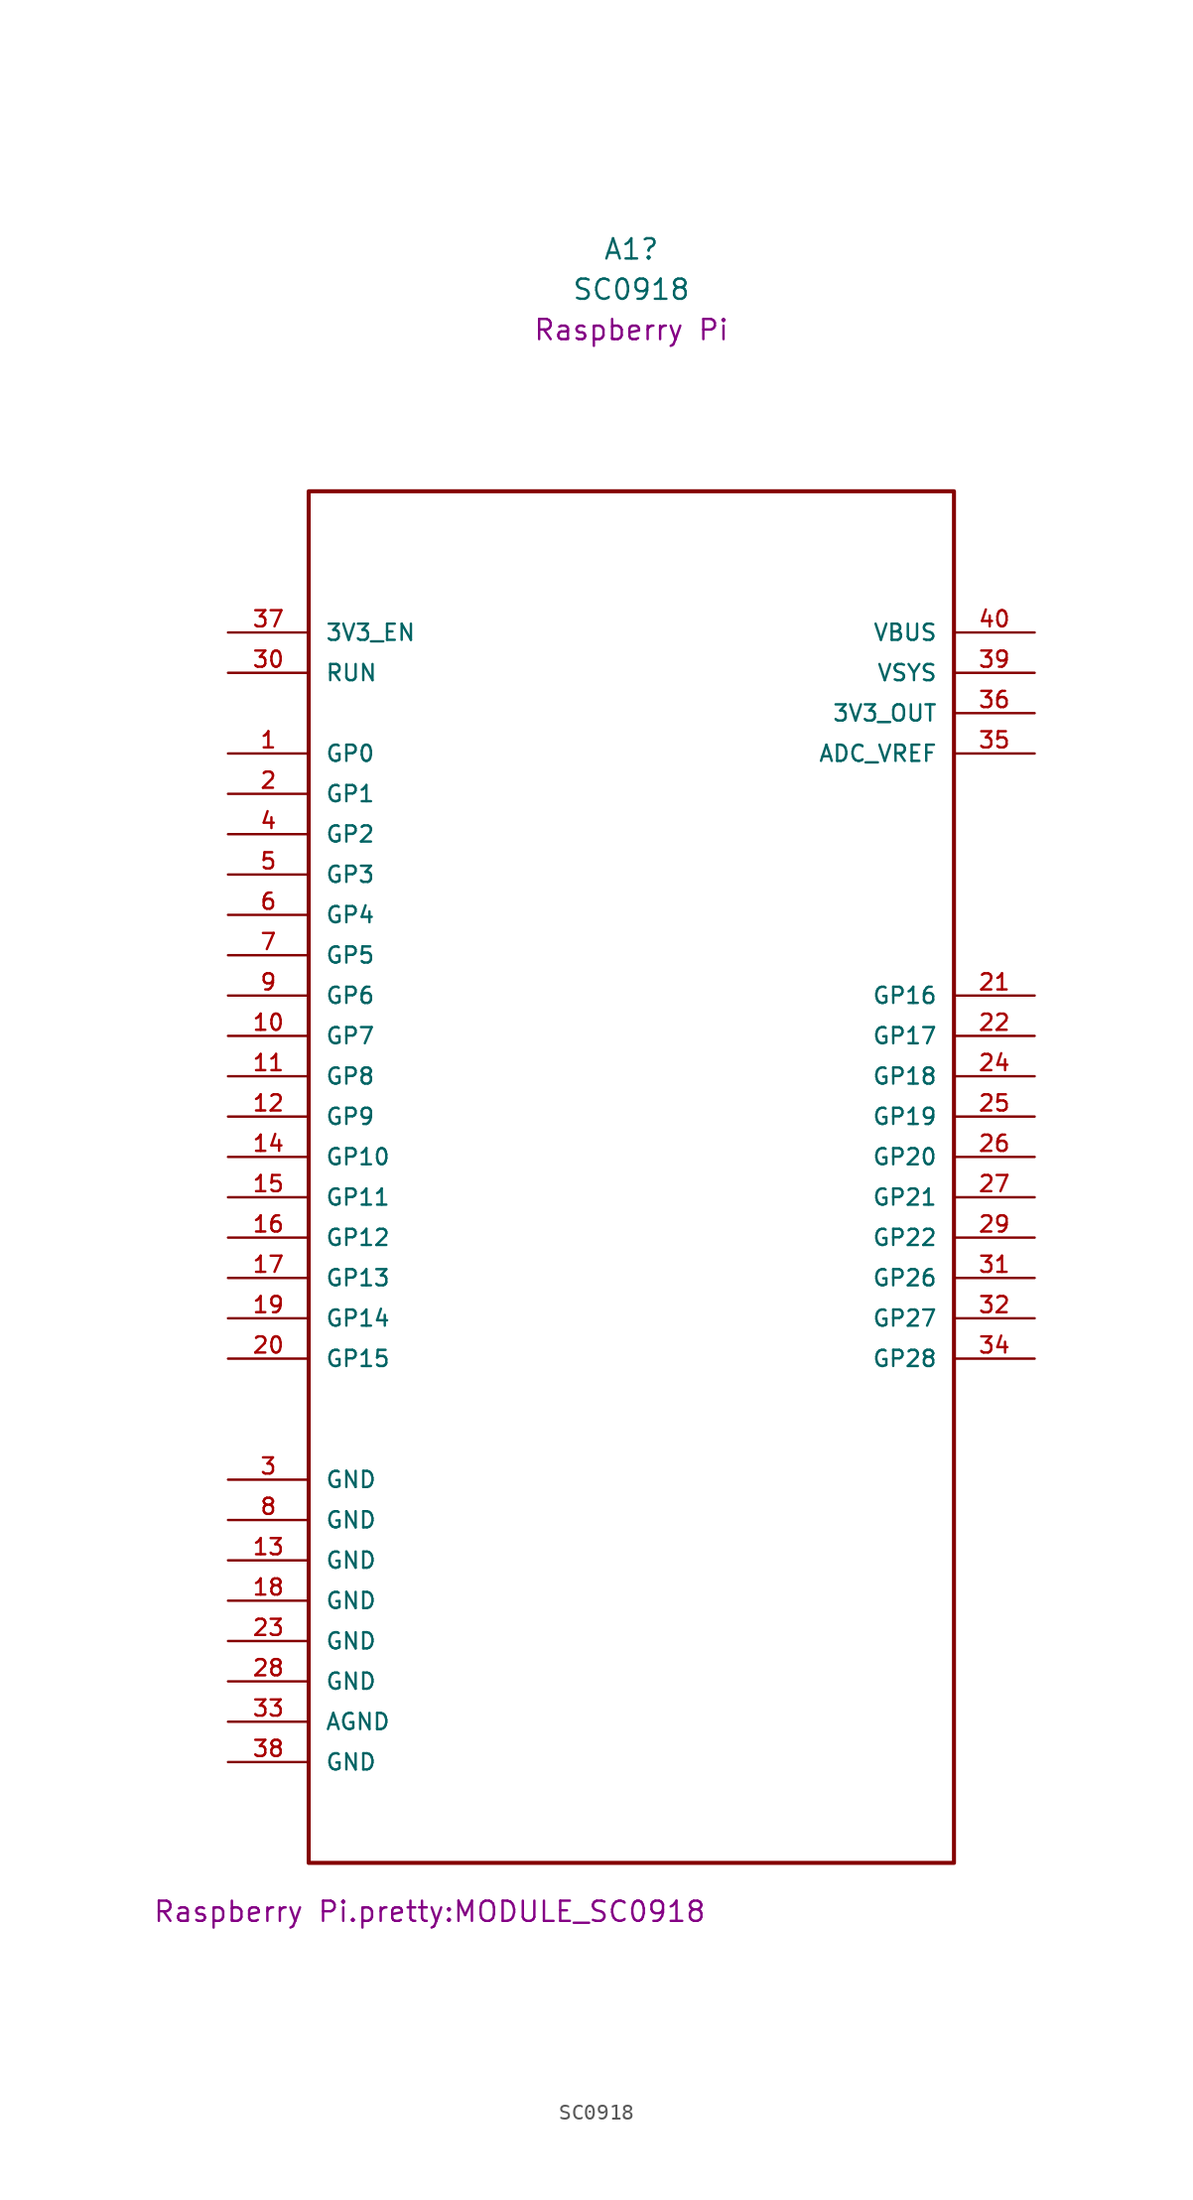
<source format=kicad_sym>
(kicad_symbol_lib
  (version 20220914)
  (generator kicad_symbol_editor)
  (symbol "SC0918"
    (pin_names
      (offset 1.016))
    (property "Reference" "A1"
      (at 0 58.42 0)
      (effects (font (size 1.27 1.27))))
    (property "Value" "SC0918"
      (at 0 55.88 0)
      (effects (font (size 1.27 1.27))))
    (property "Footprint" "Raspberry Pi.pretty:MODULE_SC0918"
      (at -12.7 -46.99 0)
      (effects (font (size 1.27 1.27)) (justify bottom)))
    (property "manufacturer" "Raspberry Pi"
      (at 0 53.34 0)
      (effects (font (size 1.27 1.27))))
    (symbol "SC0918_0_0"
      (rectangle (start -20.32 -43.18) (end 20.32 43.18) (stroke (width 0.254) (type default)) (fill (type none)))
      (pin bidirectional line (at -25.4 26.67 0) (length 5.08) (name "GP0" (effects (font (size 1.016 1.016)))) (number "1" (effects (font (size 1.016 1.016)))))
      (pin bidirectional line (at -25.4 8.89 0) (length 5.08) (name "GP7" (effects (font (size 1.016 1.016)))) (number "10" (effects (font (size 1.016 1.016)))))
      (pin bidirectional line (at -25.4 6.35 0) (length 5.08) (name "GP8" (effects (font (size 1.016 1.016)))) (number "11" (effects (font (size 1.016 1.016)))))
      (pin bidirectional line (at -25.4 3.81 0) (length 5.08) (name "GP9" (effects (font (size 1.016 1.016)))) (number "12" (effects (font (size 1.016 1.016)))))
      (pin power_in line (at -25.4 -24.13 0) (length 5.08) (name "GND" (effects (font (size 1.016 1.016)))) (number "13" (effects (font (size 1.016 1.016)))))
      (pin bidirectional line (at -25.4 1.27 0) (length 5.08) (name "GP10" (effects (font (size 1.016 1.016)))) (number "14" (effects (font (size 1.016 1.016)))))
      (pin bidirectional line (at -25.4 -1.27 0) (length 5.08) (name "GP11" (effects (font (size 1.016 1.016)))) (number "15" (effects (font (size 1.016 1.016)))))
      (pin bidirectional line (at -25.4 -3.81 0) (length 5.08) (name "GP12" (effects (font (size 1.016 1.016)))) (number "16" (effects (font (size 1.016 1.016)))))
      (pin bidirectional line (at -25.4 -6.35 0) (length 5.08) (name "GP13" (effects (font (size 1.016 1.016)))) (number "17" (effects (font (size 1.016 1.016)))))
      (pin power_in line (at -25.4 -26.67 0) (length 5.08) (name "GND" (effects (font (size 1.016 1.016)))) (number "18" (effects (font (size 1.016 1.016)))))
      (pin bidirectional line (at -25.4 -8.89 0) (length 5.08) (name "GP14" (effects (font (size 1.016 1.016)))) (number "19" (effects (font (size 1.016 1.016)))))
      (pin bidirectional line (at -25.4 24.13 0) (length 5.08) (name "GP1" (effects (font (size 1.016 1.016)))) (number "2" (effects (font (size 1.016 1.016)))))
      (pin bidirectional line (at -25.4 -11.43 0) (length 5.08) (name "GP15" (effects (font (size 1.016 1.016)))) (number "20" (effects (font (size 1.016 1.016)))))
      (pin bidirectional line (at 25.4 11.43 180) (length 5.08) (name "GP16" (effects (font (size 1.016 1.016)))) (number "21" (effects (font (size 1.016 1.016)))))
      (pin bidirectional line (at 25.4 8.89 180) (length 5.08) (name "GP17" (effects (font (size 1.016 1.016)))) (number "22" (effects (font (size 1.016 1.016)))))
      (pin power_in line (at -25.4 -29.21 0) (length 5.08) (name "GND" (effects (font (size 1.016 1.016)))) (number "23" (effects (font (size 1.016 1.016)))))
      (pin bidirectional line (at 25.4 6.35 180) (length 5.08) (name "GP18" (effects (font (size 1.016 1.016)))) (number "24" (effects (font (size 1.016 1.016)))))
      (pin bidirectional line (at 25.4 3.81 180) (length 5.08) (name "GP19" (effects (font (size 1.016 1.016)))) (number "25" (effects (font (size 1.016 1.016)))))
      (pin bidirectional line (at 25.4 1.27 180) (length 5.08) (name "GP20" (effects (font (size 1.016 1.016)))) (number "26" (effects (font (size 1.016 1.016)))))
      (pin bidirectional line (at 25.4 -1.27 180) (length 5.08) (name "GP21" (effects (font (size 1.016 1.016)))) (number "27" (effects (font (size 1.016 1.016)))))
      (pin power_in line (at -25.4 -31.75 0) (length 5.08) (name "GND" (effects (font (size 1.016 1.016)))) (number "28" (effects (font (size 1.016 1.016)))))
      (pin bidirectional line (at 25.4 -3.81 180) (length 5.08) (name "GP22" (effects (font (size 1.016 1.016)))) (number "29" (effects (font (size 1.016 1.016)))))
      (pin power_in line (at -25.4 -19.05 0) (length 5.08) (name "GND" (effects (font (size 1.016 1.016)))) (number "3" (effects (font (size 1.016 1.016)))))
      (pin input line (at -25.4 31.75 0) (length 5.08) (name "RUN" (effects (font (size 1.016 1.016)))) (number "30" (effects (font (size 1.016 1.016)))))
      (pin bidirectional line (at 25.4 -6.35 180) (length 5.08) (name "GP26" (effects (font (size 1.016 1.016)))) (number "31" (effects (font (size 1.016 1.016)))))
      (pin bidirectional line (at 25.4 -8.89 180) (length 5.08) (name "GP27" (effects (font (size 1.016 1.016)))) (number "32" (effects (font (size 1.016 1.016)))))
      (pin power_in line (at -25.4 -34.29 0) (length 5.08) (name "AGND" (effects (font (size 1.016 1.016)))) (number "33" (effects (font (size 1.016 1.016)))))
      (pin bidirectional line (at 25.4 -11.43 180) (length 5.08) (name "GP28" (effects (font (size 1.016 1.016)))) (number "34" (effects (font (size 1.016 1.016)))))
      (pin power_in line (at 25.4 26.67 180) (length 5.08) (name "ADC_VREF" (effects (font (size 1.016 1.016)))) (number "35" (effects (font (size 1.016 1.016)))))
      (pin power_in line (at 25.4 29.21 180) (length 5.08) (name "3V3_OUT" (effects (font (size 1.016 1.016)))) (number "36" (effects (font (size 1.016 1.016)))))
      (pin input line (at -25.4 34.29 0) (length 5.08) (name "3V3_EN" (effects (font (size 1.016 1.016)))) (number "37" (effects (font (size 1.016 1.016)))))
      (pin power_in line (at -25.4 -36.83 0) (length 5.08) (name "GND" (effects (font (size 1.016 1.016)))) (number "38" (effects (font (size 1.016 1.016)))))
      (pin free line (at 25.4 31.75 180) (length 5.08) (name "VSYS" (effects (font (size 1.016 1.016)))) (number "39" (effects (font (size 1.016 1.016)))))
      (pin bidirectional line (at -25.4 21.59 0) (length 5.08) (name "GP2" (effects (font (size 1.016 1.016)))) (number "4" (effects (font (size 1.016 1.016)))))
      (pin free line (at 25.4 34.29 180) (length 5.08) (name "VBUS" (effects (font (size 1.016 1.016)))) (number "40" (effects (font (size 1.016 1.016)))))
      (pin bidirectional line (at -25.4 19.05 0) (length 5.08) (name "GP3" (effects (font (size 1.016 1.016)))) (number "5" (effects (font (size 1.016 1.016)))))
      (pin bidirectional line (at -25.4 16.51 0) (length 5.08) (name "GP4" (effects (font (size 1.016 1.016)))) (number "6" (effects (font (size 1.016 1.016)))))
      (pin bidirectional line (at -25.4 13.97 0) (length 5.08) (name "GP5" (effects (font (size 1.016 1.016)))) (number "7" (effects (font (size 1.016 1.016)))))
      (pin power_in line (at -25.4 -21.59 0) (length 5.08) (name "GND" (effects (font (size 1.016 1.016)))) (number "8" (effects (font (size 1.016 1.016)))))
      (pin bidirectional line (at -25.4 11.43 0) (length 5.08) (name "GP6" (effects (font (size 1.016 1.016)))) (number "9" (effects (font (size 1.016 1.016))))))))
</source>
